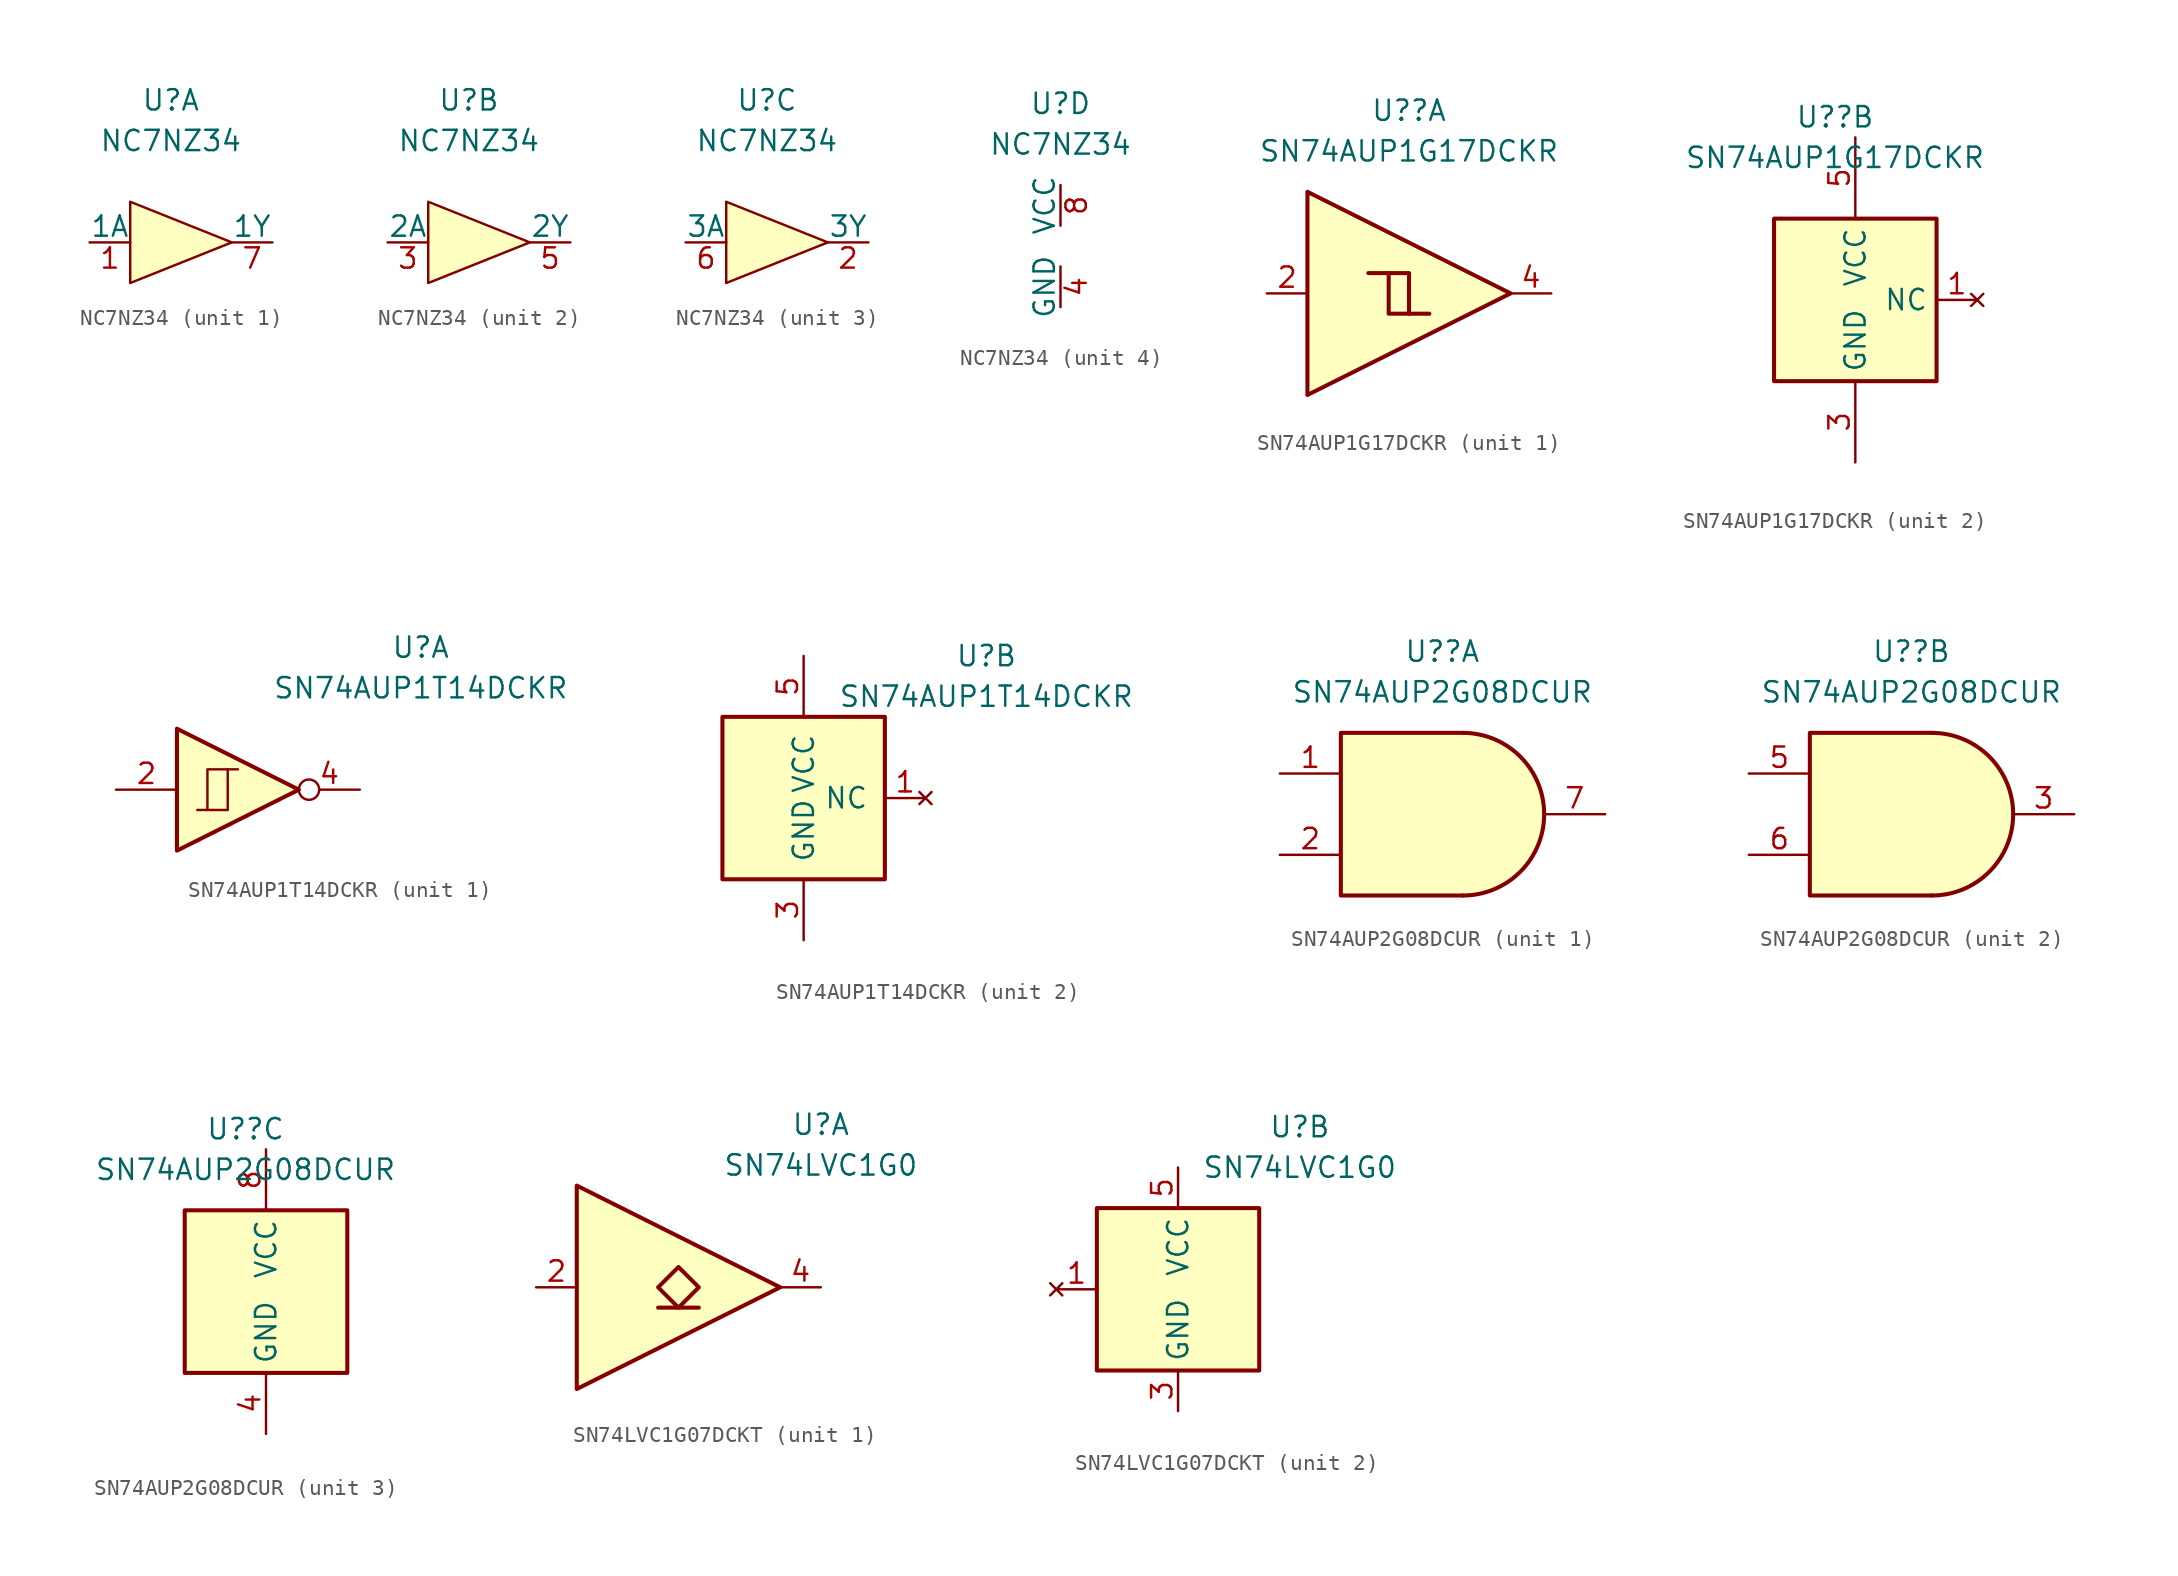
<source format=kicad_sym>
(kicad_symbol_lib
  (version 20220914)
  (generator kicad_symbol_editor)
  (symbol "NC7NZ34"
    (pin_names
      (offset 0))
    (property "Reference" "U"
      (at 0 8.89 0)
      (effects (font (size 1.27 1.27))))
    (property "Value" "NC7NZ34"
      (at 0 6.35 0)
      (effects (font (size 1.27 1.27))))
    (property "ki_locked" ""
      (at 0 0 0)
      (effects (font (size 1.27 1.27))))
    (symbol "NC7NZ34_1_1"
      (polyline (pts (xy 3.81 0) (xy -2.54 2.54) (xy -2.54 -2.54) (xy 3.81 0)) (stroke (width 0) (type default)) (fill (type background)))
      (pin input line (at -5.08 0 0) (length 2.54) (name "1A" (effects (font (size 1.27 1.27)))) (number "1" (effects (font (size 1.27 1.27)))))
      (pin input line (at 6.35 0 180) (length 2.54) (name "1Y" (effects (font (size 1.27 1.27)))) (number "7" (effects (font (size 1.27 1.27))))))
    (symbol "NC7NZ34_2_1"
      (polyline (pts (xy 3.81 0) (xy -2.54 2.54) (xy -2.54 -2.54) (xy 3.81 0)) (stroke (width 0) (type default)) (fill (type background)))
      (pin input line (at -5.08 0 0) (length 2.54) (name "2A" (effects (font (size 1.27 1.27)))) (number "3" (effects (font (size 1.27 1.27)))))
      (pin input line (at 6.35 0 180) (length 2.54) (name "2Y" (effects (font (size 1.27 1.27)))) (number "5" (effects (font (size 1.27 1.27))))))
    (symbol "NC7NZ34_3_1"
      (polyline (pts (xy 3.81 0) (xy -2.54 2.54) (xy -2.54 -2.54) (xy 3.81 0)) (stroke (width 0) (type default)) (fill (type background)))
      (pin input line (at 6.35 0 180) (length 2.54) (name "3Y" (effects (font (size 1.27 1.27)))) (number "2" (effects (font (size 1.27 1.27)))))
      (pin input line (at -5.08 0 0) (length 2.54) (name "3A" (effects (font (size 1.27 1.27)))) (number "6" (effects (font (size 1.27 1.27))))))
    (symbol "NC7NZ34_4_1"
      (pin power_in line (at 0 -3.81 90) (length 2.54) (name "GND" (effects (font (size 1.27 1.27)))) (number "4" (effects (font (size 1.27 1.27)))))
      (pin power_in line (at 0 3.81 270) (length 2.54) (name "VCC" (effects (font (size 1.27 1.27)))) (number "8" (effects (font (size 1.27 1.27)))))))
  (symbol "SN74AUP1G17DCKR"
    (property "Reference" "U?"
      (at -1.27 11.43 0)
      (effects (font (size 1.27 1.27))))
    (property "Value" "SN74AUP1G17DCKR"
      (at -1.27 8.89 0)
      (effects (font (size 1.27 1.27))))
    (property "ki_locked" ""
      (at 0 0 0)
      (effects (font (size 1.27 1.27))))
    (symbol "SN74AUP1G17DCKR_1_0"
      (pin input line (at -10.16 0 0) (length 2.54) (name "" (effects (font (size 1.27 1.27)))) (number "2" (effects (font (size 1.27 1.27)))))
      (pin output line (at 7.62 0 180) (length 2.54) (name "" (effects (font (size 1.27 1.27)))) (number "4" (effects (font (size 1.27 1.27))))))
    (symbol "SN74AUP1G17DCKR_1_1"
      (polyline (pts (xy -2.54 1.27) (xy -1.27 1.27) (xy -1.27 -1.27)) (stroke (width 0.254) (type default)) (fill (type background)))
      (polyline (pts (xy -7.62 6.35) (xy -7.62 -6.35) (xy 5.08 0) (xy -7.62 6.35)) (stroke (width 0.254) (type default)) (fill (type background)))
      (polyline (pts (xy -3.81 1.27) (xy -2.54 1.27) (xy -2.54 -1.27) (xy 0 -1.27)) (stroke (width 0.254) (type default)) (fill (type background))))
    (symbol "SN74AUP1G17DCKR_2_0"
      (rectangle (start -5.08 5.08) (end 5.08 -5.08) (stroke (width 0.254) (type default)) (fill (type background)))
      (pin no_connect line (at 7.62 0 180) (length 2.54) (name "NC" (effects (font (size 1.27 1.27)))) (number "1" (effects (font (size 1.27 1.27))))))
    (symbol "SN74AUP1G17DCKR_2_1"
      (pin power_in line (at 0 -10.16 90) (length 5.08) (name "GND" (effects (font (size 1.27 1.27)))) (number "3" (effects (font (size 1.27 1.27)))))
      (pin power_in line (at 0 10.16 270) (length 5.08) (name "VCC" (effects (font (size 1.27 1.27)))) (number "5" (effects (font (size 1.27 1.27)))))))
  (symbol "SN74AUP1T14DCKR"
    (pin_names
      (offset 1.016))
    (property "Reference" "U"
      (at 11.43 8.89 0)
      (effects (font (size 1.27 1.27))))
    (property "Value" "SN74AUP1T14DCKR"
      (at 11.43 6.35 0)
      (effects (font (size 1.27 1.27))))
    (property "ki_locked" ""
      (at 0 0 0)
      (effects (font (size 1.27 1.27))))
    (symbol "SN74AUP1T14DCKR_1_0"
      (polyline (pts (xy -3.81 3.81) (xy -3.81 -3.81) (xy 3.81 0) (xy -3.81 3.81)) (stroke (width 0.254) (type default)) (fill (type background)))
      (pin input line (at -7.62 0 0) (length 3.81) (name "~" (effects (font (size 1.27 1.27)))) (number "2" (effects (font (size 1.27 1.27)))))
      (pin output inverted (at 7.62 0 180) (length 3.81) (name "~" (effects (font (size 1.27 1.27)))) (number "4" (effects (font (size 1.27 1.27))))))
    (symbol "SN74AUP1T14DCKR_1_1"
      (polyline (pts (xy -1.905 -1.27) (xy -1.905 1.27) (xy -0.635 1.27)) (stroke (width 0) (type default)) (fill (type none)))
      (polyline (pts (xy -2.54 -1.27) (xy -0.635 -1.27) (xy -0.635 1.27) (xy 0 1.27)) (stroke (width 0) (type default)) (fill (type none))))
    (symbol "SN74AUP1T14DCKR_2_0"
      (rectangle (start -5.08 5.08) (end 5.08 -5.08) (stroke (width 0.254) (type default)) (fill (type background)))
      (pin no_connect line (at 7.62 0 180) (length 2.54) (name "NC" (effects (font (size 1.27 1.27)))) (number "1" (effects (font (size 1.27 1.27))))))
    (symbol "SN74AUP1T14DCKR_2_1"
      (pin power_in line (at 0 -8.89 90) (length 3.81) (name "GND" (effects (font (size 1.27 1.27)))) (number "3" (effects (font (size 1.27 1.27)))))
      (pin power_in line (at 0 8.89 270) (length 3.81) (name "VCC" (effects (font (size 1.27 1.27)))) (number "5" (effects (font (size 1.27 1.27)))))))
  (symbol "SN74AUP2G08DCUR"
    (property "Reference" "U?"
      (at -1.281 10.16 0)
      (effects (font (size 1.27 1.27))))
    (property "Value" "SN74AUP2G08DCUR"
      (at -1.281 7.62 0)
      (effects (font (size 1.27 1.27))))
    (property "ki_locked" ""
      (at 0 0 0)
      (effects (font (size 1.27 1.27))))
    (symbol "SN74AUP2G08DCUR_1_1"
      (arc (start 0 -5.08) (mid 5.0579 0) (end 0 5.08) (stroke (width 0.254) (type default)) (fill (type background)))
      (polyline (pts (xy 0 -5.08) (xy -7.62 -5.08) (xy -7.62 5.08) (xy 0 5.08)) (stroke (width 0.254) (type default)) (fill (type background)))
      (pin input line (at -11.43 2.54 0) (length 3.81) (name "~" (effects (font (size 1.27 1.27)))) (number "1" (effects (font (size 1.27 1.27)))))
      (pin input line (at -11.43 -2.54 0) (length 3.81) (name "~" (effects (font (size 1.27 1.27)))) (number "2" (effects (font (size 1.27 1.27)))))
      (pin output line (at 8.89 0 180) (length 3.81) (name "~" (effects (font (size 1.27 1.27)))) (number "7" (effects (font (size 1.27 1.27))))))
    (symbol "SN74AUP2G08DCUR_2_1"
      (arc (start 0 -5.08) (mid 5.0579 0) (end 0 5.08) (stroke (width 0.254) (type default)) (fill (type background)))
      (polyline (pts (xy 0 -5.08) (xy -7.62 -5.08) (xy -7.62 5.08) (xy 0 5.08)) (stroke (width 0.254) (type default)) (fill (type background)))
      (pin output line (at 8.89 0 180) (length 3.81) (name "~" (effects (font (size 1.27 1.27)))) (number "3" (effects (font (size 1.27 1.27)))))
      (pin input line (at -11.43 2.54 0) (length 3.81) (name "~" (effects (font (size 1.27 1.27)))) (number "5" (effects (font (size 1.27 1.27)))))
      (pin input line (at -11.43 -2.54 0) (length 3.81) (name "~" (effects (font (size 1.27 1.27)))) (number "6" (effects (font (size 1.27 1.27))))))
    (symbol "SN74AUP2G08DCUR_3_0"
      (rectangle (start -5.08 -5.08) (end 5.08 5.08) (stroke (width 0.254) (type default)) (fill (type background))))
    (symbol "SN74AUP2G08DCUR_3_1"
      (pin power_in line (at 0 -8.89 90) (length 3.81) (name "GND" (effects (font (size 1.27 1.27)))) (number "4" (effects (font (size 1.27 1.27)))))
      (pin power_in line (at 0 8.89 270) (length 3.81) (name "VCC" (effects (font (size 1.27 1.27)))) (number "8" (effects (font (size 1.27 1.27)))))))
  (symbol "SN74LVC1G07DCKT"
    (property "Reference" "U"
      (at 7.62 10.16 0)
      (effects (font (size 1.27 1.27))))
    (property "Value" "SN74LVC1G0"
      (at 7.62 7.62 0)
      (effects (font (size 1.27 1.27))))
    (property "ki_locked" ""
      (at 0 0 0)
      (effects (font (size 1.27 1.27))))
    (symbol "SN74LVC1G07DCKT_1_1"
      (polyline (pts (xy -2.54 -1.27) (xy 0 -1.27)) (stroke (width 0.254) (type default)) (fill (type background)))
      (polyline (pts (xy -7.62 6.35) (xy -7.62 -6.35) (xy 5.08 0) (xy -7.62 6.35)) (stroke (width 0.254) (type default)) (fill (type background)))
      (polyline (pts (xy -1.27 1.27) (xy -2.54 0) (xy -1.27 -1.27) (xy 0 0) (xy -1.27 1.27)) (stroke (width 0.254) (type default)) (fill (type background)))
      (pin input line (at -10.16 0 0) (length 2.54) (name "~" (effects (font (size 1.27 1.27)))) (number "2" (effects (font (size 1.27 1.27)))))
      (pin open_collector line (at 7.62 0 180) (length 2.54) (name "~" (effects (font (size 1.27 1.27)))) (number "4" (effects (font (size 1.27 1.27))))))
    (symbol "SN74LVC1G07DCKT_2_0"
      (rectangle (start -5.08 5.08) (end 5.08 -5.08) (stroke (width 0.254) (type default)) (fill (type background))))
    (symbol "SN74LVC1G07DCKT_2_1"
      (pin no_connect line (at -7.62 0 0) (length 2.54) (name "~" (effects (font (size 1.27 1.27)))) (number "1" (effects (font (size 1.27 1.27)))))
      (pin power_in line (at 0 -7.62 90) (length 2.54) (name "GND" (effects (font (size 1.27 1.27)))) (number "3" (effects (font (size 1.27 1.27)))))
      (pin power_in line (at 0 7.62 270) (length 2.54) (name "VCC" (effects (font (size 1.27 1.27)))) (number "5" (effects (font (size 1.27 1.27))))))))
</source>
